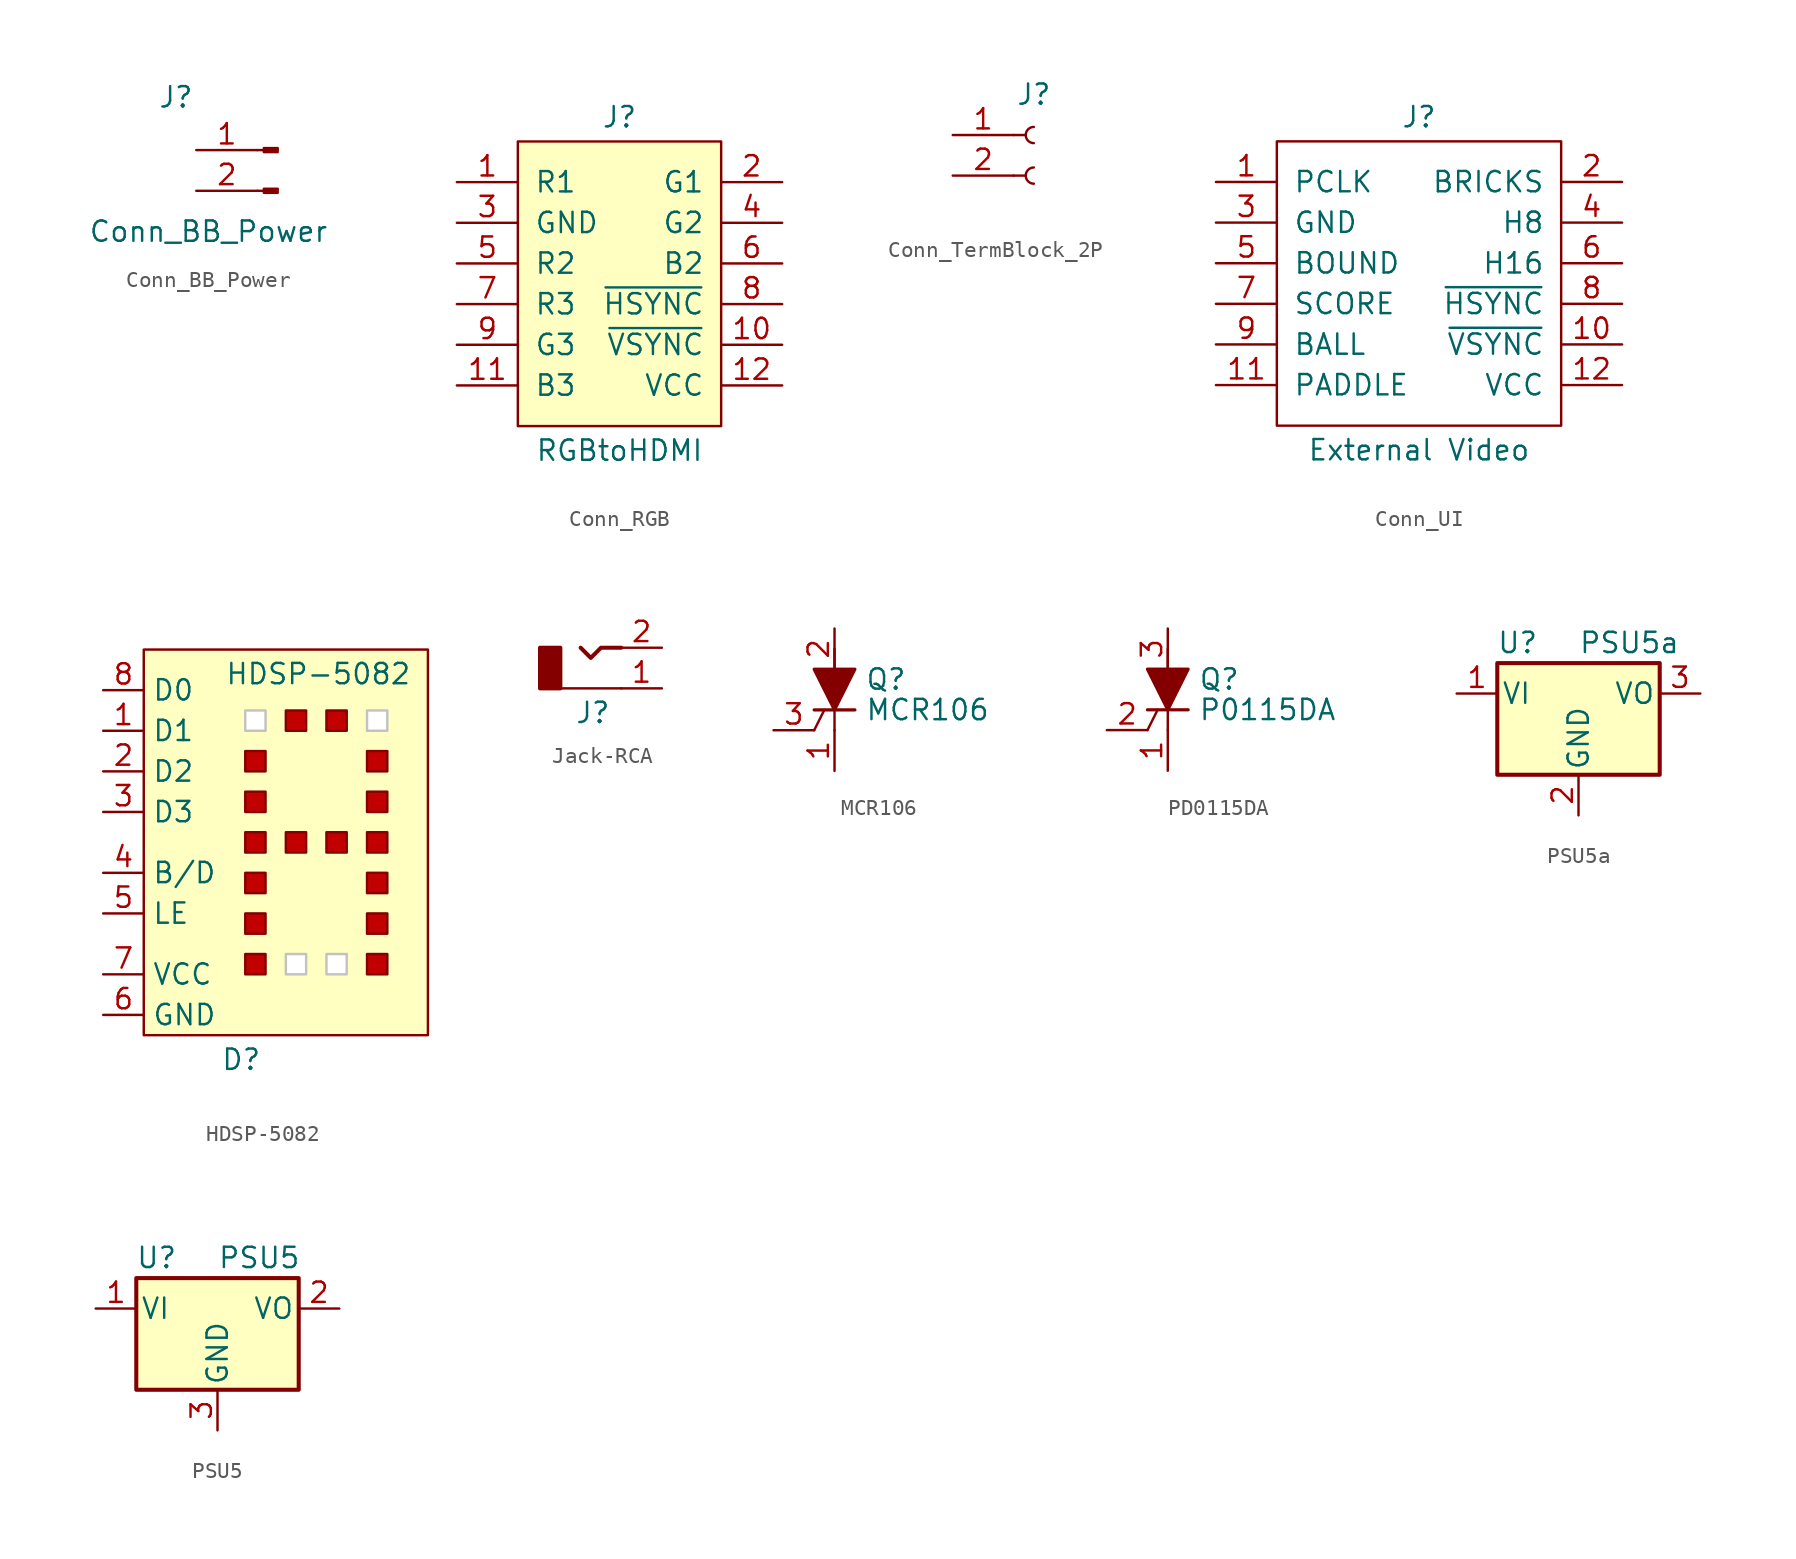
<source format=kicad_sym>
(kicad_symbol_lib
  (version 20241209)
  (generator "kicad_symbol_editor")
  (generator_version "9.0")
  (symbol "Conn_BB_Power"
    (pin_names
      (offset 1.016)
      (hide yes))
    (property "Reference" "J"
      (at -1.27 17.272 0)
      (effects (font (size 1.27 1.27))))
    (property "Value" "Conn_BB_Power"
      (at 0.762 8.89 0)
      (effects (font (size 1.27 1.27))))
    (symbol "Conn_BB_Power_1_1"
      (polyline (pts (xy 3.81 13.97) (xy 4.216 13.97)) (stroke (width 0.152) (type default)) (fill (type none)))
      (polyline (pts (xy 3.81 11.43) (xy 4.216 11.43)) (stroke (width 0.152) (type default)) (fill (type none)))
      (rectangle (start 4.216 14.097) (end 5.08 13.843) (stroke (width 0.152) (type default)) (fill (type outline)))
      (rectangle (start 4.216 11.557) (end 5.08 11.303) (stroke (width 0.152) (type default)) (fill (type outline)))
      (pin passive line (at 0 13.97 0) (length 3.81) (name "" (effects (font (size 1.27 1.27)))) (number "1" (effects (font (size 1.27 1.27)))))
      (pin passive line (at 0 11.43 0) (length 3.81) (name "" (effects (font (size 1.27 1.27)))) (number "2" (effects (font (size 1.27 1.27)))))))
  (symbol "Conn_RGB"
    (pin_names
      (offset 1.016))
    (property "Reference" "J"
      (at 0 10.414 0)
      (effects (font (size 1.27 1.27))))
    (property "Value" "RGBtoHDMI"
      (at 0 -10.414 0)
      (effects (font (size 1.27 1.27))))
    (symbol "Conn_RGB_1_1"
      (rectangle (start -6.35 8.89) (end 6.35 -8.89) (stroke (width 0) (type solid)) (fill (type background)))
      (pin passive line (at -10.16 6.35 0) (length 3.81) (name "R1" (effects (font (size 1.27 1.27)))) (number "1" (effects (font (size 1.27 1.27)))))
      (pin passive line (at -10.16 3.81 0) (length 3.81) (name "GND" (effects (font (size 1.27 1.27)))) (number "3" (effects (font (size 1.27 1.27)))))
      (pin passive line (at -10.16 1.27 0) (length 3.81) (name "R2" (effects (font (size 1.27 1.27)))) (number "5" (effects (font (size 1.27 1.27)))))
      (pin passive line (at -10.16 -1.27 0) (length 3.81) (name "R3" (effects (font (size 1.27 1.27)))) (number "7" (effects (font (size 1.27 1.27)))))
      (pin passive line (at -10.16 -3.81 0) (length 3.81) (name "G3" (effects (font (size 1.27 1.27)))) (number "9" (effects (font (size 1.27 1.27)))))
      (pin passive line (at -10.16 -6.35 0) (length 3.81) (name "B3" (effects (font (size 1.27 1.27)))) (number "11" (effects (font (size 1.27 1.27)))))
      (pin passive line (at 10.16 6.35 180) (length 3.81) (name "G1" (effects (font (size 1.27 1.27)))) (number "2" (effects (font (size 1.27 1.27)))))
      (pin passive line (at 10.16 3.81 180) (length 3.81) (name "G2" (effects (font (size 1.27 1.27)))) (number "4" (effects (font (size 1.27 1.27)))))
      (pin passive line (at 10.16 1.27 180) (length 3.81) (name "B2" (effects (font (size 1.27 1.27)))) (number "6" (effects (font (size 1.27 1.27)))))
      (pin passive line (at 10.16 -1.27 180) (length 3.81) (name "~{HSYNC}" (effects (font (size 1.27 1.27)))) (number "8" (effects (font (size 1.27 1.27)))))
      (pin passive line (at 10.16 -3.81 180) (length 3.81) (name "~{VSYNC}" (effects (font (size 1.27 1.27)))) (number "10" (effects (font (size 1.27 1.27)))))
      (pin passive line (at 10.16 -6.35 180) (length 3.81) (name "VCC" (effects (font (size 1.27 1.27)))) (number "12" (effects (font (size 1.27 1.27)))))))
  (symbol "Conn_TermBlock_2P"
    (pin_names
      (offset 1.016)
      (hide yes))
    (property "Reference" "J"
      (at 0 2.54 0)
      (effects (font (size 1.27 1.27))))
    (property "Value" ""
      (at 0 -5.08 0)
      (effects (font (size 1.27 1.27))))
    (symbol "Conn_TermBlock_2P_1_1"
      (polyline (pts (xy -1.27 0) (xy -0.508 0)) (stroke (width 0.152) (type default)) (fill (type none)))
      (polyline (pts (xy -1.27 -2.54) (xy -0.508 -2.54)) (stroke (width 0.152) (type default)) (fill (type none)))
      (arc (start 0 -0.508) (mid -0.5058 0) (end 0 0.508) (stroke (width 0.1524) (type default)) (fill (type none)))
      (arc (start 0 -3.048) (mid -0.5058 -2.54) (end 0 -2.032) (stroke (width 0.1524) (type default)) (fill (type none)))
      (pin passive line (at -5.08 0 0) (length 3.81) (name "Pin_1" (effects (font (size 1.27 1.27)))) (number "1" (effects (font (size 1.27 1.27)))))
      (pin passive line (at -5.08 -2.54 0) (length 3.81) (name "Pin_2" (effects (font (size 1.27 1.27)))) (number "2" (effects (font (size 1.27 1.27)))))))
  (symbol "Conn_UI"
    (pin_names
      (offset 1.016))
    (property "Reference" "J"
      (at 0 10.414 0)
      (effects (font (size 1.27 1.27))))
    (property "Value" "External Video"
      (at 0 -10.414 0)
      (effects (font (size 1.27 1.27))))
    (symbol "Conn_UI_0_1"
      (rectangle (start -8.89 8.89) (end 8.89 -8.89) (stroke (width 0) (type default)) (fill (type none))))
    (symbol "Conn_UI_1_1"
      (pin passive line (at -12.7 6.35 0) (length 3.81) (name "PCLK" (effects (font (size 1.27 1.27)))) (number "1" (effects (font (size 1.27 1.27)))))
      (pin passive line (at -12.7 3.81 0) (length 3.81) (name "GND" (effects (font (size 1.27 1.27)))) (number "3" (effects (font (size 1.27 1.27)))))
      (pin passive line (at -12.7 1.27 0) (length 3.81) (name "BOUND" (effects (font (size 1.27 1.27)))) (number "5" (effects (font (size 1.27 1.27)))))
      (pin passive line (at -12.7 -1.27 0) (length 3.81) (name "SCORE" (effects (font (size 1.27 1.27)))) (number "7" (effects (font (size 1.27 1.27)))))
      (pin passive line (at -12.7 -3.81 0) (length 3.81) (name "BALL" (effects (font (size 1.27 1.27)))) (number "9" (effects (font (size 1.27 1.27)))))
      (pin passive line (at -12.7 -6.35 0) (length 3.81) (name "PADDLE" (effects (font (size 1.27 1.27)))) (number "11" (effects (font (size 1.27 1.27)))))
      (pin passive line (at 12.7 6.35 180) (length 3.81) (name "BRICKS" (effects (font (size 1.27 1.27)))) (number "2" (effects (font (size 1.27 1.27)))))
      (pin passive line (at 12.7 3.81 180) (length 3.81) (name "H8" (effects (font (size 1.27 1.27)))) (number "4" (effects (font (size 1.27 1.27)))))
      (pin passive line (at 12.7 1.27 180) (length 3.81) (name "H16" (effects (font (size 1.27 1.27)))) (number "6" (effects (font (size 1.27 1.27)))))
      (pin passive line (at 12.7 -1.27 180) (length 3.81) (name "~{HSYNC}" (effects (font (size 1.27 1.27)))) (number "8" (effects (font (size 1.27 1.27)))))
      (pin passive line (at 12.7 -3.81 180) (length 3.81) (name "~{VSYNC}" (effects (font (size 1.27 1.27)))) (number "10" (effects (font (size 1.27 1.27)))))
      (pin passive line (at 12.7 -6.35 180) (length 3.81) (name "VCC" (effects (font (size 1.27 1.27)))) (number "12" (effects (font (size 1.27 1.27)))))))
  (symbol "HDSP-5082"
    (property "Reference" "D"
      (at -2.794 -14.224 0)
      (effects (font (size 1.27 1.27))))
    (property "Value" "HDSP-5082"
      (at 2.032 9.906 0)
      (effects (font (size 1.27 1.27))))
    (symbol "HDSP-5082_1_1"
      (rectangle (start -8.89 11.43) (end 8.89 -12.7) (stroke (width 0) (type default)) (fill (type background)))
      (rectangle (start -2.54 7.62) (end -1.27 6.35) (stroke (width 0) (type default) (color 194 194 194 1)) (fill (type color) (color 255 255 255 1)))
      (rectangle (start -2.54 5.08) (end -1.27 3.81) (stroke (width 0) (type default)) (fill (type color) (color 194 0 0 1)))
      (rectangle (start -2.54 2.54) (end -1.27 1.27) (stroke (width 0) (type default)) (fill (type color) (color 194 0 0 1)))
      (rectangle (start -2.54 0) (end -1.27 -1.27) (stroke (width 0) (type default)) (fill (type color) (color 194 0 0 1)))
      (rectangle (start -2.54 -2.54) (end -1.27 -3.81) (stroke (width 0) (type default)) (fill (type color) (color 194 0 0 1)))
      (rectangle (start -2.54 -5.08) (end -1.27 -6.35) (stroke (width 0) (type default)) (fill (type color) (color 194 0 0 1)))
      (rectangle (start -2.54 -7.62) (end -1.27 -8.89) (stroke (width 0) (type default)) (fill (type color) (color 194 0 0 1)))
      (rectangle (start 0 7.62) (end 1.27 6.35) (stroke (width 0) (type default)) (fill (type color) (color 194 0 0 1)))
      (rectangle (start 0 0) (end 1.27 -1.27) (stroke (width 0) (type default)) (fill (type color) (color 194 0 0 1)))
      (rectangle (start 0 -7.62) (end 1.27 -8.89) (stroke (width 0) (type default) (color 194 194 194 1)) (fill (type color) (color 255 255 255 1)))
      (rectangle (start 2.54 7.62) (end 3.81 6.35) (stroke (width 0) (type default)) (fill (type color) (color 194 0 0 1)))
      (rectangle (start 2.54 0) (end 3.81 -1.27) (stroke (width 0) (type default)) (fill (type color) (color 194 0 0 1)))
      (rectangle (start 2.54 -7.62) (end 3.81 -8.89) (stroke (width 0) (type default) (color 194 194 194 1)) (fill (type color) (color 255 255 255 1)))
      (rectangle (start 5.08 7.62) (end 6.35 6.35) (stroke (width 0) (type default) (color 194 194 194 1)) (fill (type color) (color 255 255 255 1)))
      (rectangle (start 5.08 5.08) (end 6.35 3.81) (stroke (width 0) (type default)) (fill (type color) (color 194 0 0 1)))
      (rectangle (start 5.08 2.54) (end 6.35 1.27) (stroke (width 0) (type default)) (fill (type color) (color 194 0 0 1)))
      (rectangle (start 5.08 0) (end 6.35 -1.27) (stroke (width 0) (type default)) (fill (type color) (color 194 0 0 1)))
      (rectangle (start 5.08 -2.54) (end 6.35 -3.81) (stroke (width 0) (type default)) (fill (type color) (color 194 0 0 1)))
      (rectangle (start 5.08 -5.08) (end 6.35 -6.35) (stroke (width 0) (type default)) (fill (type color) (color 194 0 0 1)))
      (rectangle (start 5.08 -7.62) (end 6.35 -8.89) (stroke (width 0) (type default)) (fill (type color) (color 194 0 0 1)))
      (pin input line (at -11.43 8.89 0) (length 2.54) (name "D0" (effects (font (size 1.27 1.27)))) (number "8" (effects (font (size 1.27 1.27)))))
      (pin input line (at -11.43 6.35 0) (length 2.54) (name "D1" (effects (font (size 1.27 1.27)))) (number "1" (effects (font (size 1.27 1.27)))))
      (pin input line (at -11.43 3.81 0) (length 2.54) (name "D2" (effects (font (size 1.27 1.27)))) (number "2" (effects (font (size 1.27 1.27)))))
      (pin input line (at -11.43 1.27 0) (length 2.54) (name "D3" (effects (font (size 1.27 1.27)))) (number "3" (effects (font (size 1.27 1.27)))))
      (pin input line (at -11.43 -2.54 0) (length 2.54) (name "B/D" (effects (font (size 1.27 1.27)))) (number "4" (effects (font (size 1.27 1.27)))))
      (pin input line (at -11.43 -5.08 0) (length 2.54) (name "LE" (effects (font (size 1.27 1.27)))) (number "5" (effects (font (size 1.27 1.27)))))
      (pin power_in line (at -11.43 -8.89 0) (length 2.54) (name "VCC" (effects (font (size 1.27 1.27)))) (number "7" (effects (font (size 1.27 1.27)))))
      (pin power_in line (at -11.43 -11.43 0) (length 2.54) (name "GND" (effects (font (size 1.27 1.27)))) (number "6" (effects (font (size 1.27 1.27)))))))
  (symbol "Jack-RCA"
    (property "Reference" "J"
      (at -4.318 -1.524 0)
      (effects (font (size 1.27 1.27))))
    (symbol "Jack-RCA_0_1"
      (rectangle (start -7.62 2.54) (end -6.35 0) (stroke (width 0.254) (type default)) (fill (type outline)))
      (polyline (pts (xy -5.08 2.54) (xy -4.445 1.905) (xy -3.81 2.54) (xy -2.54 2.54)) (stroke (width 0.254) (type default)) (fill (type none))))
    (symbol "Jack-RCA_1_1"
      (polyline (pts (xy -2.54 0) (xy -6.35 0)) (stroke (width 0) (type default)) (fill (type none)))
      (pin passive line (at 0 2.54 180) (length 2.54) (name "~" (effects (font (size 1.27 1.27)))) (number "2" (effects (font (size 1.27 1.27)))))
      (pin passive line (at 0 0 180) (length 2.54) (name "~" (effects (font (size 1.27 1.27)))) (number "1" (effects (font (size 1.27 1.27)))))))
  (symbol "MCR106"
    (pin_names
      (offset 0)
      (hide yes))
    (property "Reference" "Q"
      (at 1.905 0.635 0)
      (effects (font (size 1.27 1.27)) (justify left)))
    (property "Value" "MCR106"
      (at 1.905 -1.27 0)
      (effects (font (size 1.27 1.27)) (justify left)))
    (symbol "MCR106_0_1"
      (polyline (pts (xy -1.27 -1.27) (xy 1.27 -1.27)) (stroke (width 0.203) (type default)) (fill (type none)))
      (polyline (pts (xy -1.27 -2.54) (xy -0.635 -1.27)) (stroke (width 0) (type default)) (fill (type none)))
      (polyline (pts (xy 0 -2.54) (xy 0 2.54)) (stroke (width 0) (type default)) (fill (type none))))
    (symbol "MCR106_1_1"
      (polyline (pts (xy -1.27 1.27) (xy 1.27 1.27) (xy 0 -1.27) (xy -1.27 1.27)) (stroke (width 0.203) (type default)) (fill (type outline)))
      (pin input line (at -3.81 -2.54 0) (length 2.54) (name "G" (effects (font (size 1.27 1.27)))) (number "3" (effects (font (size 1.27 1.27)))))
      (pin passive line (at 0 3.81 270) (length 2.54) (name "A" (effects (font (size 1.27 1.27)))) (number "2" (effects (font (size 1.27 1.27)))))
      (pin passive line (at 0 -5.08 90) (length 2.54) (name "K" (effects (font (size 1.27 1.27)))) (number "1" (effects (font (size 1.27 1.27)))))))
  (symbol "PD0115DA"
    (pin_names
      (offset 0)
      (hide yes))
    (property "Reference" "Q"
      (at 1.905 0.635 0)
      (effects (font (size 1.27 1.27)) (justify left)))
    (property "Value" "P0115DA"
      (at 1.905 -1.27 0)
      (effects (font (size 1.27 1.27)) (justify left)))
    (symbol "PD0115DA_0_1"
      (polyline (pts (xy -1.27 -1.27) (xy 1.27 -1.27)) (stroke (width 0.203) (type default)) (fill (type none)))
      (polyline (pts (xy -1.27 -2.54) (xy -0.635 -1.27)) (stroke (width 0) (type default)) (fill (type none)))
      (polyline (pts (xy 0 -2.54) (xy 0 2.54)) (stroke (width 0) (type default)) (fill (type none))))
    (symbol "PD0115DA_1_1"
      (polyline (pts (xy -1.27 1.27) (xy 1.27 1.27) (xy 0 -1.27) (xy -1.27 1.27)) (stroke (width 0.203) (type default)) (fill (type outline)))
      (pin input line (at -3.81 -2.54 0) (length 2.54) (name "G" (effects (font (size 1.27 1.27)))) (number "2" (effects (font (size 1.27 1.27)))))
      (pin passive line (at 0 3.81 270) (length 2.54) (name "A" (effects (font (size 1.27 1.27)))) (number "3" (effects (font (size 1.27 1.27)))))
      (pin passive line (at 0 -5.08 90) (length 2.54) (name "K" (effects (font (size 1.27 1.27)))) (number "1" (effects (font (size 1.27 1.27)))))))
  (symbol "PSU5a"
    (pin_names
      (offset 0.254))
    (property "Reference" "U"
      (at -3.81 3.175 0)
      (effects (font (size 1.27 1.27))))
    (property "Value" "PSU5a"
      (at 0 3.175 0)
      (effects (font (size 1.27 1.27)) (justify left)))
    (symbol "PSU5a_0_1"
      (rectangle (start -5.08 1.905) (end 5.08 -5.08) (stroke (width 0.254) (type default)) (fill (type background))))
    (symbol "PSU5a_1_1"
      (pin power_in line (at -7.62 0 0) (length 2.54) (name "VI" (effects (font (size 1.27 1.27)))) (number "1" (effects (font (size 1.27 1.27)))))
      (pin power_in line (at 0 -7.62 90) (length 2.54) (name "GND" (effects (font (size 1.27 1.27)))) (number "2" (effects (font (size 1.27 1.27)))))
      (pin power_out line (at 7.62 0 180) (length 2.54) (name "VO" (effects (font (size 1.27 1.27)))) (number "3" (effects (font (size 1.27 1.27)))))))
  (symbol "PSU5"
    (pin_names
      (offset 0.254))
    (property "Reference" "U"
      (at -3.81 3.175 0)
      (effects (font (size 1.27 1.27))))
    (property "Value" "PSU5"
      (at 0 3.175 0)
      (effects (font (size 1.27 1.27)) (justify left)))
    (symbol "PSU5_0_1"
      (rectangle (start -5.08 1.905) (end 5.08 -5.08) (stroke (width 0.254) (type default)) (fill (type background))))
    (symbol "PSU5_1_1"
      (pin power_in line (at -7.62 0 0) (length 2.54) (name "VI" (effects (font (size 1.27 1.27)))) (number "1" (effects (font (size 1.27 1.27)))))
      (pin power_in line (at 0 -7.62 90) (length 2.54) (name "GND" (effects (font (size 1.27 1.27)))) (number "3" (effects (font (size 1.27 1.27)))))
      (pin power_out line (at 7.62 0 180) (length 2.54) (name "VO" (effects (font (size 1.27 1.27)))) (number "2" (effects (font (size 1.27 1.27))))))))
</source>
